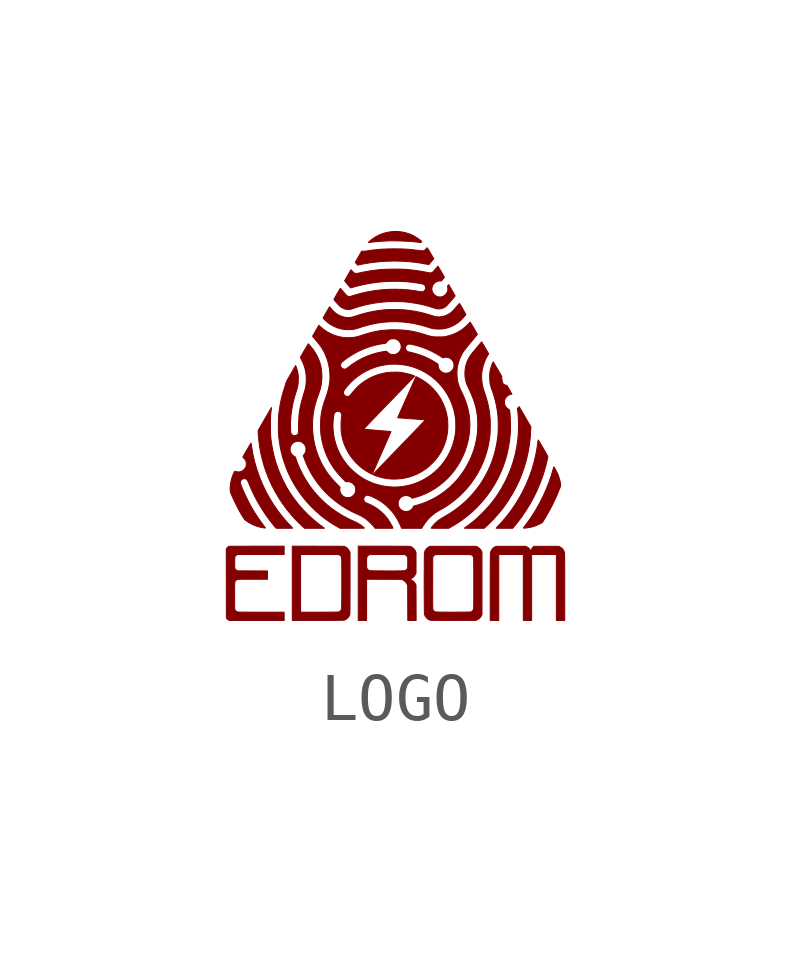
<source format=kicad_sym>
(kicad_symbol_lib
  (version 20210619)
  (generator bitmap2component)
  (symbol "LOGO"
    (pin_names
      (offset 1.016))
    (property "Reference" "#G"
      (at 0 4.363 0)
      (effects (font (size 1.27 1.27)) hide))
    (symbol "LOGO_0_0"
      (polyline (pts (xy -2.328 -3.648) (xy -2.878 -3.648) (xy -2.946 -3.648) (xy -3.006 -3.648) (xy -3.058 -3.648) (xy -3.104 -3.647) (xy -3.144 -3.647) (xy -3.178 -3.647) (xy -3.207 -3.647) (xy -3.232 -3.646) (xy -3.251 -3.646) (xy -3.267 -3.645) (xy -3.28 -3.645) (xy -3.29 -3.644) (xy -3.297 -3.643) (xy -3.302 -3.642) (xy -3.306 -3.641) (xy -3.322 -3.634) (xy -3.339 -3.62) (xy -3.352 -3.599) (xy -3.352 -3.599) (xy -3.354 -3.595) (xy -3.355 -3.591) (xy -3.356 -3.584) (xy -3.357 -3.576) (xy -3.358 -3.566) (xy -3.359 -3.552) (xy -3.359 -3.534) (xy -3.36 -3.511) (xy -3.36 -3.483) (xy -3.36 -3.449) (xy -3.36 -3.409) (xy -3.36 -3.361) (xy -3.36 -3.204) (xy -3.36 -3.162) (xy -3.36 -3.128) (xy -3.359 -3.099) (xy -3.359 -3.076) (xy -3.358 -3.057) (xy -3.358 -3.043) (xy -3.357 -3.032) (xy -3.356 -3.024) (xy -3.355 -3.018) (xy -3.354 -3.014) (xy -3.349 -3.005) (xy -3.334 -2.985) (xy -3.313 -2.97) (xy -3.312 -2.97) (xy -3.309 -2.969) (xy -3.305 -2.967) (xy -3.3 -2.966) (xy -3.292 -2.965) (xy -3.283 -2.965) (xy -3.27 -2.964) (xy -3.254 -2.963) (xy -3.233 -2.963) (xy -3.208 -2.963) (xy -3.176 -2.962) (xy -3.139 -2.962) (xy -3.096 -2.962) (xy -2.675 -2.962) (xy -2.675 -2.789) (xy -3.299 -2.787) (xy -3.317 -2.777) (xy -3.321 -2.774) (xy -3.335 -2.763) (xy -3.346 -2.75) (xy -3.358 -2.732) (xy -3.358 -2.502) (xy -3.345 -2.483) (xy -3.344 -2.482) (xy -3.33 -2.467) (xy -3.314 -2.455) (xy -3.295 -2.446) (xy -2.328 -2.446) (xy -2.328 -2.272) (xy -2.905 -2.273) (xy -3.482 -2.275) (xy -3.498 -2.288) (xy -3.502 -2.291) (xy -3.515 -2.304) (xy -3.524 -2.317) (xy -3.534 -2.334) (xy -3.533 -3.052) (xy -3.532 -3.77) (xy -3.519 -3.786) (xy -3.515 -3.79) (xy -3.502 -3.802) (xy -3.487 -3.812) (xy -3.468 -3.821) (xy -2.328 -3.821) (xy -2.328 -3.648)) (stroke (width 0.01)) (fill (type outline)))
      (polyline (pts (xy -1.622 -3.82) (xy -1.568 -3.82) (xy -1.491 -3.82) (xy -1.422 -3.82) (xy -1.36 -3.82) (xy -1.306 -3.819) (xy -1.258 -3.819) (xy -1.217 -3.819) (xy -1.182 -3.818) (xy -1.152 -3.818) (xy -1.127 -3.817) (xy -1.108 -3.817) (xy -1.092 -3.816) (xy -1.081 -3.815) (xy -1.074 -3.815) (xy -1.07 -3.814) (xy -1.07 -3.814) (xy -1.058 -3.808) (xy -1.043 -3.8) (xy -1.028 -3.791) (xy -1.008 -3.775) (xy -0.988 -3.752) (xy -0.971 -3.727) (xy -0.96 -3.702) (xy -0.96 -3.701) (xy -0.959 -3.696) (xy -0.958 -3.688) (xy -0.958 -3.677) (xy -0.957 -3.662) (xy -0.957 -3.642) (xy -0.956 -3.618) (xy -0.956 -3.588) (xy -0.955 -3.554) (xy -0.955 -3.513) (xy -0.955 -3.467) (xy -0.955 -3.414) (xy -0.955 -3.355) (xy -0.955 -3.288) (xy -0.954 -3.214) (xy -0.954 -3.132) (xy -0.954 -3.043) (xy -0.954 -2.401) (xy -0.969 -2.373) (xy -0.975 -2.361) (xy -0.996 -2.332) (xy -1.022 -2.306) (xy -1.052 -2.287) (xy -1.077 -2.275) (xy -2.158 -2.272) (xy -2.158 -3.648) (xy -1.985 -3.648) (xy -1.985 -2.446) (xy -1.447 -2.446) (xy -1.398 -2.446) (xy -1.355 -2.446) (xy -1.319 -2.446) (xy -1.288 -2.446) (xy -1.262 -2.447) (xy -1.241 -2.447) (xy -1.224 -2.448) (xy -1.211 -2.448) (xy -1.201 -2.449) (xy -1.193 -2.45) (xy -1.187 -2.451) (xy -1.183 -2.452) (xy -1.18 -2.453) (xy -1.177 -2.454) (xy -1.169 -2.459) (xy -1.152 -2.473) (xy -1.138 -2.491) (xy -1.13 -2.51) (xy -1.129 -2.514) (xy -1.129 -2.526) (xy -1.128 -2.547) (xy -1.128 -2.573) (xy -1.127 -2.606) (xy -1.127 -2.644) (xy -1.127 -2.688) (xy -1.126 -2.735) (xy -1.126 -2.786) (xy -1.126 -2.839) (xy -1.126 -2.895) (xy -1.126 -2.953) (xy -1.126 -3.071) (xy -1.126 -3.13) (xy -1.126 -3.188) (xy -1.126 -3.244) (xy -1.126 -3.298) (xy -1.127 -3.35) (xy -1.127 -3.398) (xy -1.127 -3.442) (xy -1.128 -3.482) (xy -1.128 -3.516) (xy -1.129 -3.544) (xy -1.129 -3.566) (xy -1.13 -3.58) (xy -1.131 -3.587) (xy -1.131 -3.587) (xy -1.139 -3.604) (xy -1.153 -3.621) (xy -1.17 -3.635) (xy -1.187 -3.643) (xy -1.189 -3.643) (xy -1.197 -3.644) (xy -1.212 -3.645) (xy -1.234 -3.646) (xy -1.263 -3.646) (xy -1.299 -3.647) (xy -1.343 -3.647) (xy -1.394 -3.647) (xy -1.452 -3.648) (xy -1.519 -3.648) (xy -1.594 -3.648) (xy -1.985 -3.648) (xy -2.158 -3.648) (xy -2.158 -3.821) (xy -1.622 -3.82)) (stroke (width 0.01)) (fill (type outline)))
      (polyline (pts (xy -0.609 -2.962) (xy 0.121 -2.964) (xy 0.149 -2.978) (xy 0.159 -2.983) (xy 0.189 -3.005) (xy 0.215 -3.032) (xy 0.234 -3.064) (xy 0.247 -3.091) (xy 0.25 -3.821) (xy 0.423 -3.821) (xy 0.422 -3.454) (xy 0.421 -3.087) (xy 0.41 -3.063) (xy 0.405 -3.054) (xy 0.385 -3.025) (xy 0.36 -3) (xy 0.332 -2.98) (xy 0.302 -2.967) (xy 0.279 -2.96) (xy 0.301 -2.954) (xy 0.304 -2.953) (xy 0.326 -2.944) (xy 0.348 -2.931) (xy 0.369 -2.915) (xy 0.385 -2.899) (xy 0.391 -2.89) (xy 0.401 -2.874) (xy 0.409 -2.858) (xy 0.421 -2.833) (xy 0.421 -2.402) (xy 0.407 -2.373) (xy 0.4 -2.359) (xy 0.379 -2.33) (xy 0.353 -2.305) (xy 0.324 -2.287) (xy 0.298 -2.275) (xy -0.242 -2.273) (xy -0.783 -2.272) (xy -0.783 -2.611) (xy -0.609 -2.611) (xy -0.609 -2.583) (xy -0.609 -2.557) (xy -0.608 -2.535) (xy -0.606 -2.518) (xy -0.605 -2.508) (xy -0.598 -2.492) (xy -0.585 -2.476) (xy -0.571 -2.461) (xy -0.556 -2.452) (xy -0.554 -2.451) (xy -0.548 -2.45) (xy -0.54 -2.449) (xy -0.528 -2.449) (xy -0.512 -2.448) (xy -0.491 -2.447) (xy -0.466 -2.447) (xy -0.435 -2.447) (xy -0.398 -2.446) (xy -0.355 -2.446) (xy -0.304 -2.446) (xy -0.246 -2.446) (xy -0.169 -2.446) (xy -0.109 -2.446) (xy -0.052 -2.446) (xy -0.001 -2.446) (xy 0.046 -2.447) (xy 0.087 -2.447) (xy 0.122 -2.448) (xy 0.15 -2.448) (xy 0.172 -2.449) (xy 0.186 -2.449) (xy 0.192 -2.45) (xy 0.202 -2.455) (xy 0.218 -2.468) (xy 0.232 -2.483) (xy 0.242 -2.499) (xy 0.242 -2.501) (xy 0.245 -2.507) (xy 0.246 -2.515) (xy 0.248 -2.526) (xy 0.249 -2.54) (xy 0.249 -2.559) (xy 0.249 -2.585) (xy 0.249 -2.629) (xy 0.249 -2.659) (xy 0.249 -2.683) (xy 0.248 -2.7) (xy 0.247 -2.713) (xy 0.246 -2.723) (xy 0.244 -2.73) (xy 0.242 -2.736) (xy 0.239 -2.741) (xy 0.224 -2.76) (xy 0.204 -2.776) (xy 0.181 -2.784) (xy 0.179 -2.785) (xy 0.168 -2.786) (xy 0.149 -2.786) (xy 0.124 -2.787) (xy 0.093 -2.788) (xy 0.057 -2.788) (xy 0.017 -2.788) (xy -0.027 -2.789) (xy -0.073 -2.789) (xy -0.169 -2.789) (xy -0.218 -2.789) (xy -0.267 -2.788) (xy -0.314 -2.788) (xy -0.359 -2.788) (xy -0.401 -2.787) (xy -0.44 -2.787) (xy -0.473 -2.786) (xy -0.502 -2.785) (xy -0.524 -2.784) (xy -0.54 -2.784) (xy -0.548 -2.783) (xy -0.56 -2.778) (xy -0.58 -2.765) (xy -0.595 -2.747) (xy -0.605 -2.727) (xy -0.606 -2.723) (xy -0.607 -2.709) (xy -0.608 -2.69) (xy -0.609 -2.666) (xy -0.609 -2.639) (xy -0.609 -2.611) (xy -0.783 -2.611) (xy -0.783 -3.821) (xy -0.609 -3.821) (xy -0.609 -2.962)) (stroke (width 0.01)) (fill (type outline)))
      (polyline (pts (xy 1.204 -3.82) (xy 1.67 -3.819) (xy 1.702 -3.803) (xy 1.705 -3.802) (xy 1.738 -3.781) (xy 1.764 -3.754) (xy 1.785 -3.721) (xy 1.796 -3.696) (xy 1.796 -2.397) (xy 1.784 -2.372) (xy 1.77 -2.35) (xy 1.749 -2.325) (xy 1.725 -2.303) (xy 1.699 -2.287) (xy 1.674 -2.275) (xy 0.717 -2.275) (xy 0.694 -2.286) (xy 0.681 -2.293) (xy 0.651 -2.314) (xy 0.627 -2.342) (xy 0.608 -2.373) (xy 0.597 -2.407) (xy 0.597 -2.413) (xy 0.596 -2.428) (xy 0.595 -2.45) (xy 0.595 -2.479) (xy 0.594 -2.513) (xy 0.594 -2.554) (xy 0.594 -2.599) (xy 0.593 -2.649) (xy 0.593 -2.703) (xy 0.593 -2.76) (xy 0.593 -2.82) (xy 0.592 -2.881) (xy 0.592 -2.945) (xy 0.592 -3.049) (xy 0.768 -3.049) (xy 0.768 -2.982) (xy 0.768 -2.917) (xy 0.768 -2.856) (xy 0.768 -2.797) (xy 0.769 -2.743) (xy 0.769 -2.692) (xy 0.769 -2.647) (xy 0.769 -2.607) (xy 0.77 -2.572) (xy 0.77 -2.544) (xy 0.77 -2.523) (xy 0.771 -2.51) (xy 0.771 -2.504) (xy 0.773 -2.5) (xy 0.781 -2.486) (xy 0.793 -2.472) (xy 0.807 -2.46) (xy 0.82 -2.452) (xy 0.82 -2.451) (xy 0.828 -2.45) (xy 0.844 -2.45) (xy 0.866 -2.449) (xy 0.894 -2.448) (xy 0.928 -2.447) (xy 0.966 -2.447) (xy 1.008 -2.446) (xy 1.053 -2.446) (xy 1.101 -2.446) (xy 1.149 -2.445) (xy 1.248 -2.445) (xy 1.297 -2.446) (xy 1.344 -2.446) (xy 1.389 -2.446) (xy 1.43 -2.447) (xy 1.468 -2.447) (xy 1.501 -2.448) (xy 1.528 -2.449) (xy 1.55 -2.45) (xy 1.564 -2.451) (xy 1.571 -2.452) (xy 1.575 -2.454) (xy 1.588 -2.463) (xy 1.602 -2.476) (xy 1.614 -2.491) (xy 1.621 -2.504) (xy 1.622 -2.509) (xy 1.622 -2.523) (xy 1.623 -2.545) (xy 1.623 -2.574) (xy 1.623 -2.61) (xy 1.624 -2.654) (xy 1.624 -2.704) (xy 1.625 -2.761) (xy 1.625 -2.824) (xy 1.625 -2.893) (xy 1.625 -2.968) (xy 1.625 -3.166) (xy 1.625 -3.234) (xy 1.625 -3.295) (xy 1.625 -3.349) (xy 1.625 -3.396) (xy 1.624 -3.437) (xy 1.624 -3.473) (xy 1.624 -3.503) (xy 1.623 -3.527) (xy 1.623 -3.548) (xy 1.622 -3.564) (xy 1.622 -3.576) (xy 1.621 -3.585) (xy 1.62 -3.591) (xy 1.619 -3.594) (xy 1.61 -3.608) (xy 1.596 -3.623) (xy 1.579 -3.636) (xy 1.563 -3.643) (xy 1.563 -3.643) (xy 1.555 -3.644) (xy 1.539 -3.645) (xy 1.515 -3.646) (xy 1.482 -3.646) (xy 1.441 -3.647) (xy 1.392 -3.647) (xy 1.334 -3.647) (xy 1.268 -3.648) (xy 1.193 -3.648) (xy 1.145 -3.648) (xy 1.087 -3.648) (xy 1.035 -3.647) (xy 0.991 -3.647) (xy 0.953 -3.647) (xy 0.92 -3.647) (xy 0.894 -3.646) (xy 0.872 -3.645) (xy 0.854 -3.644) (xy 0.839 -3.643) (xy 0.828 -3.642) (xy 0.819 -3.64) (xy 0.813 -3.637) (xy 0.807 -3.635) (xy 0.803 -3.631) (xy 0.799 -3.628) (xy 0.795 -3.624) (xy 0.794 -3.623) (xy 0.79 -3.62) (xy 0.786 -3.617) (xy 0.783 -3.614) (xy 0.781 -3.611) (xy 0.778 -3.606) (xy 0.776 -3.601) (xy 0.775 -3.593) (xy 0.773 -3.584) (xy 0.772 -3.571) (xy 0.771 -3.556) (xy 0.77 -3.537) (xy 0.769 -3.514) (xy 0.769 -3.486) (xy 0.768 -3.453) (xy 0.768 -3.416) (xy 0.768 -3.372) (xy 0.768 -3.322) (xy 0.768 -3.049) (xy 0.592 -3.049) (xy 0.592 -3.138) (xy 0.592 -3.201) (xy 0.592 -3.263) (xy 0.593 -3.323) (xy 0.593 -3.38) (xy 0.593 -3.435) (xy 0.593 -3.485) (xy 0.594 -3.531) (xy 0.594 -3.572) (xy 0.595 -3.608) (xy 0.595 -3.638) (xy 0.596 -3.661) (xy 0.596 -3.676) (xy 0.597 -3.684) (xy 0.6 -3.698) (xy 0.613 -3.731) (xy 0.633 -3.76) (xy 0.659 -3.785) (xy 0.689 -3.805) (xy 0.723 -3.817) (xy 0.728 -3.817) (xy 0.742 -3.818) (xy 0.764 -3.818) (xy 0.792 -3.819) (xy 0.827 -3.819) (xy 0.867 -3.819) (xy 0.913 -3.82) (xy 0.964 -3.82) (xy 1.019 -3.82) (xy 1.077 -3.82) (xy 1.139 -3.82) (xy 1.204 -3.82)) (stroke (width 0.01)) (fill (type outline)))
      (polyline (pts (xy 2.146 -2.446) (xy 2.658 -2.446) (xy 2.658 -3.821) (xy 2.831 -3.821) (xy 2.831 -2.446) (xy 3.347 -2.446) (xy 3.347 -3.821) (xy 3.521 -3.821) (xy 3.521 -3.034) (xy 3.521 -2.94) (xy 3.521 -2.853) (xy 3.521 -2.773) (xy 3.52 -2.702) (xy 3.52 -2.638) (xy 3.52 -2.581) (xy 3.519 -2.533) (xy 3.519 -2.492) (xy 3.518 -2.46) (xy 3.518 -2.435) (xy 3.517 -2.419) (xy 3.517 -2.412) (xy 3.515 -2.404) (xy 3.502 -2.369) (xy 3.483 -2.338) (xy 3.456 -2.311) (xy 3.423 -2.289) (xy 3.396 -2.275) (xy 2.884 -2.275) (xy 2.87 -2.284) (xy 2.868 -2.286) (xy 2.856 -2.297) (xy 2.845 -2.309) (xy 2.841 -2.314) (xy 2.837 -2.322) (xy 2.834 -2.332) (xy 2.832 -2.346) (xy 2.831 -2.365) (xy 2.829 -2.406) (xy 2.823 -2.389) (xy 2.81 -2.361) (xy 2.789 -2.331) (xy 2.762 -2.306) (xy 2.73 -2.286) (xy 2.706 -2.275) (xy 2.093 -2.275) (xy 2.067 -2.287) (xy 2.049 -2.297) (xy 2.021 -2.321) (xy 1.998 -2.349) (xy 1.981 -2.382) (xy 1.972 -2.417) (xy 1.972 -2.418) (xy 1.971 -2.428) (xy 1.971 -2.446) (xy 1.97 -2.471) (xy 1.97 -2.503) (xy 1.97 -2.542) (xy 1.969 -2.588) (xy 1.969 -2.639) (xy 1.969 -2.696) (xy 1.968 -2.759) (xy 1.968 -2.825) (xy 1.968 -2.897) (xy 1.968 -2.972) (xy 1.968 -3.051) (xy 1.968 -3.133) (xy 1.968 -3.821) (xy 2.146 -3.821) (xy 2.146 -2.446)) (stroke (width 0.01)) (fill (type outline)))
      (polyline (pts (xy -2.27 -1.9) (xy -2.237 -1.9) (xy -2.208 -1.899) (xy -2.184 -1.899) (xy -2.166 -1.899) (xy -2.154 -1.898) (xy -2.15 -1.897) (xy -2.151 -1.895) (xy -2.157 -1.888) (xy -2.168 -1.877) (xy -2.182 -1.862) (xy -2.197 -1.845) (xy -2.26 -1.779) (xy -2.361 -1.662) (xy -2.455 -1.54) (xy -2.543 -1.413) (xy -2.626 -1.28) (xy -2.701 -1.144) (xy -2.769 -1.004) (xy -2.83 -0.86) (xy -2.849 -0.809) (xy -2.901 -0.659) (xy -2.944 -0.508) (xy -2.979 -0.353) (xy -3.007 -0.195) (xy -3.009 -0.178) (xy -3.013 -0.157) (xy -3.015 -0.14) (xy -3.018 -0.129) (xy -3.019 -0.124) (xy -3.019 -0.124) (xy -3.023 -0.13) (xy -3.03 -0.142) (xy -3.041 -0.159) (xy -3.054 -0.181) (xy -3.07 -0.208) (xy -3.087 -0.237) (xy -3.106 -0.269) (xy -3.19 -0.416) (xy -3.167 -0.437) (xy -3.15 -0.455) (xy -3.131 -0.486) (xy -3.13 -0.488) (xy -3.124 -0.501) (xy -3.12 -0.512) (xy -3.118 -0.523) (xy -3.117 -0.538) (xy -3.117 -0.559) (xy -3.117 -0.577) (xy -3.118 -0.593) (xy -3.12 -0.605) (xy -3.123 -0.615) (xy -3.129 -0.627) (xy -3.137 -0.642) (xy -3.16 -0.672) (xy -3.188 -0.696) (xy -3.221 -0.714) (xy -3.257 -0.724) (xy -3.26 -0.724) (xy -3.274 -0.726) (xy -3.288 -0.725) (xy -3.304 -0.723) (xy -3.324 -0.719) (xy -3.351 -0.712) (xy -3.354 -0.712) (xy -3.359 -0.713) (xy -3.363 -0.719) (xy -3.369 -0.729) (xy -3.377 -0.746) (xy -3.397 -0.792) (xy -3.417 -0.853) (xy -3.434 -0.917) (xy -3.446 -0.981) (xy -3.452 -1.043) (xy -3.453 -1.101) (xy -3.452 -1.107) (xy -3.451 -1.12) (xy -3.45 -1.131) (xy -3.447 -1.142) (xy -3.444 -1.154) (xy -3.438 -1.17) (xy -3.429 -1.19) (xy -3.418 -1.217) (xy -3.409 -1.238) (xy -3.387 -1.285) (xy -3.365 -1.333) (xy -3.341 -1.382) (xy -3.317 -1.43) (xy -3.293 -1.477) (xy -3.269 -1.522) (xy -3.246 -1.565) (xy -3.224 -1.604) (xy -3.203 -1.639) (xy -3.184 -1.669) (xy -3.168 -1.694) (xy -3.154 -1.713) (xy -3.143 -1.724) (xy -3.104 -1.754) (xy -3.059 -1.783) (xy -3.008 -1.811) (xy -2.955 -1.835) (xy -2.901 -1.856) (xy -2.847 -1.872) (xy -2.835 -1.875) (xy -2.815 -1.88) (xy -2.793 -1.884) (xy -2.771 -1.888) (xy -2.751 -1.891) (xy -2.735 -1.893) (xy -2.723 -1.894) (xy -2.718 -1.894) (xy -2.718 -1.893) (xy -2.723 -1.885) (xy -2.731 -1.873) (xy -2.743 -1.858) (xy -2.756 -1.84) (xy -2.76 -1.834) (xy -2.824 -1.748) (xy -2.887 -1.655) (xy -2.948 -1.561) (xy -3.005 -1.466) (xy -3.011 -1.454) (xy -3.04 -1.403) (xy -3.069 -1.346) (xy -3.099 -1.287) (xy -3.129 -1.226) (xy -3.157 -1.165) (xy -3.183 -1.107) (xy -3.206 -1.052) (xy -3.226 -1.003) (xy -3.228 -0.997) (xy -3.235 -0.977) (xy -3.239 -0.962) (xy -3.241 -0.95) (xy -3.241 -0.939) (xy -3.236 -0.918) (xy -3.224 -0.897) (xy -3.207 -0.881) (xy -3.186 -0.87) (xy -3.162 -0.865) (xy -3.138 -0.868) (xy -3.124 -0.872) (xy -3.113 -0.878) (xy -3.103 -0.887) (xy -3.093 -0.9) (xy -3.084 -0.918) (xy -3.073 -0.941) (xy -3.06 -0.971) (xy -3.011 -1.089) (xy -2.951 -1.215) (xy -2.887 -1.337) (xy -2.817 -1.456) (xy -2.741 -1.575) (xy -2.719 -1.608) (xy -2.688 -1.652) (xy -2.655 -1.697) (xy -2.622 -1.742) (xy -2.589 -1.784) (xy -2.558 -1.823) (xy -2.53 -1.858) (xy -2.505 -1.886) (xy -2.492 -1.9) (xy -2.306 -1.9) (xy -2.27 -1.9)) (stroke (width 0.01)) (fill (type outline)))
      (polyline (pts (xy -1.694 -1.9) (xy -1.488 -1.9) (xy -1.5 -1.889) (xy -1.503 -1.887) (xy -1.514 -1.879) (xy -1.528 -1.868) (xy -1.546 -1.855) (xy -1.566 -1.84) (xy -1.615 -1.803) (xy -1.726 -1.712) (xy -1.832 -1.615) (xy -1.933 -1.511) (xy -2.027 -1.403) (xy -2.115 -1.29) (xy -2.197 -1.174) (xy -2.271 -1.054) (xy -2.337 -0.93) (xy -2.397 -0.801) (xy -2.451 -0.669) (xy -2.498 -0.533) (xy -2.537 -0.396) (xy -2.568 -0.258) (xy -2.592 -0.12) (xy -2.592 -0.12) (xy -2.597 -0.081) (xy -2.601 -0.047) (xy -2.605 -0.015) (xy -2.607 0.015) (xy -2.61 0.045) (xy -2.611 0.077) (xy -2.612 0.111) (xy -2.613 0.15) (xy -2.613 0.194) (xy -2.613 0.245) (xy -2.613 0.28) (xy -2.613 0.332) (xy -2.612 0.378) (xy -2.611 0.418) (xy -2.609 0.455) (xy -2.606 0.489) (xy -2.603 0.521) (xy -2.599 0.554) (xy -2.594 0.588) (xy -2.592 0.601) (xy -2.591 0.612) (xy -2.591 0.617) (xy -2.592 0.616) (xy -2.596 0.61) (xy -2.603 0.597) (xy -2.615 0.579) (xy -2.629 0.555) (xy -2.645 0.527) (xy -2.664 0.494) (xy -2.685 0.458) (xy -2.708 0.419) (xy -2.732 0.378) (xy -2.87 0.138) (xy -2.868 0.081) (xy -2.866 0.047) (xy -2.854 -0.082) (xy -2.836 -0.213) (xy -2.811 -0.345) (xy -2.78 -0.476) (xy -2.744 -0.604) (xy -2.702 -0.728) (xy -2.652 -0.856) (xy -2.589 -0.997) (xy -2.517 -1.134) (xy -2.439 -1.268) (xy -2.353 -1.397) (xy -2.26 -1.522) (xy -2.159 -1.643) (xy -2.148 -1.656) (xy -2.124 -1.682) (xy -2.097 -1.71) (xy -2.068 -1.74) (xy -2.038 -1.771) (xy -2.008 -1.8) (xy -1.98 -1.827) (xy -1.956 -1.851) (xy -1.935 -1.869) (xy -1.9 -1.9) (xy -1.694 -1.9)) (stroke (width 0.01)) (fill (type outline)))
      (polyline (pts (xy -0.218 -1.9) (xy -0.181 -1.9) (xy -0.147 -1.9) (xy -0.118 -1.899) (xy -0.093 -1.899) (xy -0.075 -1.898) (xy -0.063 -1.897) (xy -0.059 -1.897) (xy -0.059 -1.897) (xy -0.062 -1.891) (xy -0.067 -1.879) (xy -0.074 -1.863) (xy -0.084 -1.845) (xy -0.126 -1.769) (xy -0.176 -1.695) (xy -0.232 -1.627) (xy -0.294 -1.565) (xy -0.361 -1.509) (xy -0.433 -1.46) (xy -0.509 -1.417) (xy -0.589 -1.382) (xy -0.601 -1.377) (xy -0.619 -1.369) (xy -0.633 -1.363) (xy -0.641 -1.358) (xy -0.648 -1.352) (xy -0.66 -1.333) (xy -0.667 -1.311) (xy -0.669 -1.288) (xy -0.664 -1.265) (xy -0.653 -1.245) (xy -0.64 -1.231) (xy -0.62 -1.218) (xy -0.596 -1.212) (xy -0.594 -1.212) (xy -0.584 -1.211) (xy -0.572 -1.213) (xy -0.556 -1.218) (xy -0.535 -1.225) (xy -0.53 -1.227) (xy -0.469 -1.252) (xy -0.407 -1.284) (xy -0.346 -1.319) (xy -0.287 -1.357) (xy -0.234 -1.397) (xy -0.213 -1.415) (xy -0.188 -1.438) (xy -0.161 -1.464) (xy -0.134 -1.492) (xy -0.107 -1.519) (xy -0.084 -1.544) (xy -0.066 -1.566) (xy -0.061 -1.572) (xy -0.029 -1.616) (xy 0.003 -1.664) (xy 0.034 -1.715) (xy 0.062 -1.767) (xy 0.086 -1.817) (xy 0.106 -1.863) (xy 0.12 -1.9) (xy 0.541 -1.9) (xy 0.563 -1.86) (xy 0.572 -1.845) (xy 0.612 -1.785) (xy 0.659 -1.726) (xy 0.711 -1.671) (xy 0.768 -1.62) (xy 0.828 -1.575) (xy 0.89 -1.536) (xy 0.911 -1.525) (xy 0.958 -1.498) (xy 1.003 -1.471) (xy 1.045 -1.445) (xy 1.083 -1.421) (xy 1.114 -1.399) (xy 1.206 -1.331) (xy 1.307 -1.247) (xy 1.4 -1.157) (xy 1.488 -1.062) (xy 1.568 -0.962) (xy 1.642 -0.857) (xy 1.71 -0.746) (xy 1.771 -0.63) (xy 1.815 -0.532) (xy 1.858 -0.422) (xy 1.894 -0.31) (xy 1.923 -0.196) (xy 1.946 -0.077) (xy 1.962 0.047) (xy 1.963 0.058) (xy 1.966 0.091) (xy 1.967 0.129) (xy 1.968 0.172) (xy 1.969 0.217) (xy 1.969 0.262) (xy 1.969 0.306) (xy 1.968 0.347) (xy 1.966 0.383) (xy 1.964 0.413) (xy 1.962 0.437) (xy 1.954 0.503) (xy 1.945 0.566) (xy 1.934 0.626) (xy 1.921 0.687) (xy 1.905 0.749) (xy 1.887 0.814) (xy 1.865 0.883) (xy 1.839 0.959) (xy 1.824 1.005) (xy 1.804 1.089) (xy 1.792 1.172) (xy 1.788 1.255) (xy 1.792 1.338) (xy 1.805 1.422) (xy 1.816 1.467) (xy 1.835 1.53) (xy 1.858 1.592) (xy 1.885 1.651) (xy 1.915 1.704) (xy 1.918 1.709) (xy 1.926 1.722) (xy 1.932 1.732) (xy 1.934 1.737) (xy 1.934 1.737) (xy 1.932 1.742) (xy 1.926 1.753) (xy 1.917 1.769) (xy 1.905 1.79) (xy 1.892 1.813) (xy 1.878 1.838) (xy 1.862 1.864) (xy 1.847 1.89) (xy 1.833 1.914) (xy 1.819 1.937) (xy 1.808 1.956) (xy 1.799 1.972) (xy 1.792 1.981) (xy 1.79 1.985) (xy 1.786 1.981) (xy 1.777 1.972) (xy 1.765 1.958) (xy 1.749 1.94) (xy 1.731 1.919) (xy 1.711 1.895) (xy 1.69 1.869) (xy 1.668 1.843) (xy 1.646 1.816) (xy 1.625 1.791) (xy 1.605 1.767) (xy 1.588 1.745) (xy 1.573 1.727) (xy 1.562 1.712) (xy 1.556 1.703) (xy 1.554 1.701) (xy 1.523 1.649) (xy 1.497 1.599) (xy 1.477 1.548) (xy 1.46 1.492) (xy 1.457 1.481) (xy 1.445 1.41) (xy 1.44 1.338) (xy 1.442 1.266) (xy 1.453 1.196) (xy 1.471 1.127) (xy 1.473 1.12) (xy 1.48 1.103) (xy 1.49 1.081) (xy 1.501 1.055) (xy 1.514 1.027) (xy 1.528 0.999) (xy 1.535 0.982) (xy 1.577 0.891) (xy 1.611 0.804) (xy 1.641 0.72) (xy 1.664 0.638) (xy 1.682 0.556) (xy 1.696 0.474) (xy 1.704 0.391) (xy 1.708 0.304) (xy 1.708 0.189) (xy 1.699 0.07) (xy 1.682 -0.047) (xy 1.656 -0.163) (xy 1.623 -0.277) (xy 1.581 -0.391) (xy 1.548 -0.468) (xy 1.493 -0.576) (xy 1.432 -0.679) (xy 1.365 -0.777) (xy 1.292 -0.871) (xy 1.212 -0.959) (xy 1.127 -1.041) (xy 1.037 -1.117) (xy 0.942 -1.186) (xy 0.843 -1.249) (xy 0.739 -1.305) (xy 0.631 -1.354) (xy 0.623 -1.357) (xy 0.594 -1.368) (xy 0.561 -1.38) (xy 0.526 -1.392) (xy 0.491 -1.404) (xy 0.458 -1.414) (xy 0.429 -1.422) (xy 0.406 -1.428) (xy 0.374 -1.436) (xy 0.36 -1.463) (xy 0.344 -1.488) (xy 0.32 -1.513) (xy 0.292 -1.532) (xy 0.262 -1.544) (xy 0.23 -1.55) (xy 0.198 -1.55) (xy 0.166 -1.544) (xy 0.136 -1.531) (xy 0.108 -1.512) (xy 0.084 -1.488) (xy 0.065 -1.457) (xy 0.057 -1.442) (xy 0.052 -1.429) (xy 0.05 -1.417) (xy 0.049 -1.403) (xy 0.049 -1.384) (xy 0.049 -1.365) (xy 0.05 -1.351) (xy 0.052 -1.339) (xy 0.057 -1.327) (xy 0.065 -1.311) (xy 0.07 -1.301) (xy 0.091 -1.271) (xy 0.118 -1.246) (xy 0.151 -1.229) (xy 0.188 -1.218) (xy 0.202 -1.217) (xy 0.234 -1.218) (xy 0.267 -1.226) (xy 0.298 -1.239) (xy 0.325 -1.258) (xy 0.341 -1.274) (xy 0.389 -1.261) (xy 0.415 -1.254) (xy 0.518 -1.22) (xy 0.619 -1.179) (xy 0.717 -1.13) (xy 0.812 -1.074) (xy 0.903 -1.01) (xy 0.99 -0.941) (xy 1.072 -0.865) (xy 1.149 -0.783) (xy 1.22 -0.695) (xy 1.229 -0.683) (xy 1.293 -0.59) (xy 1.35 -0.493) (xy 1.4 -0.391) (xy 1.444 -0.286) (xy 1.479 -0.179) (xy 1.508 -0.07) (xy 1.527 0.04) (xy 1.538 0.134) (xy 1.544 0.239) (xy 1.542 0.342) (xy 1.532 0.443) (xy 1.515 0.543) (xy 1.49 0.643) (xy 1.457 0.745) (xy 1.448 0.769) (xy 1.435 0.8) (xy 1.421 0.833) (xy 1.407 0.867) (xy 1.393 0.898) (xy 1.38 0.925) (xy 1.369 0.946) (xy 1.364 0.955) (xy 1.341 1.004) (xy 1.32 1.057) (xy 1.302 1.113) (xy 1.288 1.17) (xy 1.287 1.177) (xy 1.281 1.216) (xy 1.277 1.26) (xy 1.274 1.307) (xy 1.274 1.353) (xy 1.276 1.397) (xy 1.28 1.436) (xy 1.29 1.496) (xy 1.309 1.568) (xy 1.334 1.638) (xy 1.367 1.709) (xy 1.376 1.726) (xy 1.386 1.745) (xy 1.397 1.764) (xy 1.409 1.782) (xy 1.423 1.802) (xy 1.439 1.824) (xy 1.458 1.848) (xy 1.48 1.876) (xy 1.506 1.908) (xy 1.537 1.945) (xy 1.572 1.987) (xy 1.596 2.015) (xy 1.62 2.044) (xy 1.642 2.071) (xy 1.661 2.094) (xy 1.677 2.113) (xy 1.69 2.128) (xy 1.697 2.137) (xy 1.7 2.141) (xy 1.7 2.141) (xy 1.697 2.148) (xy 1.69 2.16) (xy 1.681 2.177) (xy 1.655 2.222) (xy 1.641 2.248) (xy 1.625 2.275) (xy 1.61 2.301) (xy 1.595 2.326) (xy 1.581 2.349) (xy 1.569 2.369) (xy 1.56 2.384) (xy 1.554 2.394) (xy 1.551 2.398) (xy 1.549 2.397) (xy 1.542 2.392) (xy 1.533 2.382) (xy 1.521 2.369) (xy 1.501 2.347) (xy 1.47 2.317) (xy 1.435 2.286) (xy 1.398 2.256) (xy 1.361 2.229) (xy 1.294 2.189) (xy 1.217 2.152) (xy 1.136 2.123) (xy 1.052 2.1) (xy 1.039 2.098) (xy 1.023 2.095) (xy 1.008 2.092) (xy 0.992 2.091) (xy 0.975 2.09) (xy 0.954 2.089) (xy 0.928 2.089) (xy 0.895 2.089) (xy 0.871 2.089) (xy 0.835 2.089) (xy 0.804 2.091) (xy 0.776 2.093) (xy 0.749 2.098) (xy 0.721 2.103) (xy 0.69 2.111) (xy 0.655 2.122) (xy 0.614 2.135) (xy 0.614 2.135) (xy 0.532 2.16) (xy 0.456 2.181) (xy 0.383 2.199) (xy 0.312 2.212) (xy 0.241 2.223) (xy 0.169 2.23) (xy 0.092 2.235) (xy 0.011 2.237) (xy -0.016 2.238) (xy -0.118 2.237) (xy -0.214 2.231) (xy -0.307 2.222) (xy -0.398 2.207) (xy -0.488 2.188) (xy -0.581 2.163) (xy -0.677 2.133) (xy -0.686 2.13) (xy -0.724 2.118) (xy -0.756 2.108) (xy -0.783 2.1) (xy -0.808 2.093) (xy -0.831 2.088) (xy -0.854 2.084) (xy -0.878 2.08) (xy -0.907 2.077) (xy -0.947 2.074) (xy -0.989 2.073) (xy -1.031 2.074) (xy -1.071 2.076) (xy -1.106 2.08) (xy -1.132 2.084) (xy -1.213 2.102) (xy -1.292 2.128) (xy -1.368 2.161) (xy -1.44 2.201) (xy -1.508 2.248) (xy -1.57 2.301) (xy -1.603 2.332) (xy -1.611 2.318) (xy -1.612 2.318) (xy -1.619 2.306) (xy -1.628 2.289) (xy -1.64 2.269) (xy -1.653 2.246) (xy -1.667 2.222) (xy -1.682 2.197) (xy -1.695 2.173) (xy -1.708 2.151) (xy -1.719 2.131) (xy -1.728 2.116) (xy -1.733 2.106) (xy -1.735 2.102) (xy -1.734 2.1) (xy -1.728 2.093) (xy -1.718 2.081) (xy -1.705 2.065) (xy -1.689 2.045) (xy -1.671 2.024) (xy -1.67 2.023) (xy -1.635 1.983) (xy -1.606 1.946) (xy -1.581 1.914) (xy -1.559 1.883) (xy -1.539 1.853) (xy -1.521 1.822) (xy -1.503 1.79) (xy -1.485 1.754) (xy -1.475 1.732) (xy -1.443 1.656) (xy -1.417 1.58) (xy -1.397 1.502) (xy -1.397 1.497) (xy -1.151 1.497) (xy -1.151 1.505) (xy -1.149 1.519) (xy -1.146 1.531) (xy -1.139 1.543) (xy -1.129 1.556) (xy -1.114 1.571) (xy -1.093 1.588) (xy -1.067 1.609) (xy -0.981 1.671) (xy -0.88 1.734) (xy -0.775 1.791) (xy -0.666 1.84) (xy -0.554 1.881) (xy -0.439 1.915) (xy -0.321 1.94) (xy -0.32 1.94) (xy -0.295 1.945) (xy -0.272 1.948) (xy -0.251 1.952) (xy -0.236 1.954) (xy -0.228 1.954) (xy -0.216 1.956) (xy -0.208 1.96) (xy -0.202 1.966) (xy -0.194 1.977) (xy -0.183 1.993) (xy -0.156 2.018) (xy -0.123 2.039) (xy -0.113 2.043) (xy -0.103 2.047) (xy -0.091 2.049) (xy -0.076 2.05) (xy -0.055 2.05) (xy -0.037 2.05) (xy -0.021 2.049) (xy -0.009 2.047) (xy 0.003 2.044) (xy 0.016 2.038) (xy 0.023 2.035) (xy 0.047 2.018) (xy 0.07 1.997) (xy 0.089 1.973) (xy 0.101 1.949) (xy 0.111 1.912) (xy 0.113 1.876) (xy 0.108 1.847) (xy 0.202 1.847) (xy 0.202 1.871) (xy 0.21 1.894) (xy 0.226 1.915) (xy 0.228 1.917) (xy 0.243 1.929) (xy 0.259 1.937) (xy 0.277 1.94) (xy 0.299 1.939) (xy 0.328 1.934) (xy 0.404 1.917) (xy 0.516 1.884) (xy 0.627 1.844) (xy 0.734 1.797) (xy 0.837 1.743) (xy 0.935 1.683) (xy 0.979 1.654) (xy 1.007 1.661) (xy 1.018 1.664) (xy 1.054 1.666) (xy 1.089 1.661) (xy 1.122 1.648) (xy 1.151 1.629) (xy 1.177 1.603) (xy 1.197 1.571) (xy 1.204 1.556) (xy 1.208 1.544) (xy 1.211 1.532) (xy 1.212 1.518) (xy 1.212 1.498) (xy 1.212 1.486) (xy 1.212 1.469) (xy 1.21 1.457) (xy 1.206 1.445) (xy 1.199 1.43) (xy 1.199 1.43) (xy 1.179 1.398) (xy 1.153 1.371) (xy 1.121 1.349) (xy 1.114 1.346) (xy 1.101 1.341) (xy 1.089 1.337) (xy 1.074 1.335) (xy 1.054 1.334) (xy 1.038 1.334) (xy 1.02 1.335) (xy 1.005 1.337) (xy 0.992 1.341) (xy 0.981 1.346) (xy 0.948 1.364) (xy 0.921 1.389) (xy 0.901 1.419) (xy 0.887 1.453) (xy 0.881 1.49) (xy 0.879 1.522) (xy 0.824 1.558) (xy 0.753 1.6) (xy 0.666 1.646) (xy 0.576 1.686) (xy 0.482 1.72) (xy 0.383 1.75) (xy 0.277 1.775) (xy 0.273 1.776) (xy 0.257 1.78) (xy 0.245 1.785) (xy 0.236 1.791) (xy 0.226 1.801) (xy 0.225 1.802) (xy 0.21 1.823) (xy 0.202 1.847) (xy 0.108 1.847) (xy 0.107 1.841) (xy 0.094 1.808) (xy 0.073 1.779) (xy 0.046 1.754) (xy 0.013 1.734) (xy 0.006 1.731) (xy -0.007 1.725) (xy -0.019 1.722) (xy -0.033 1.721) (xy -0.053 1.721) (xy -0.064 1.721) (xy -0.094 1.724) (xy -0.12 1.732) (xy -0.143 1.746) (xy -0.168 1.766) (xy -0.195 1.791) (xy -0.234 1.786) (xy -0.287 1.778) (xy -0.393 1.755) (xy -0.499 1.725) (xy -0.603 1.686) (xy -0.704 1.641) (xy -0.801 1.588) (xy -0.895 1.528) (xy -0.984 1.462) (xy -0.998 1.451) (xy -1.014 1.44) (xy -1.027 1.43) (xy -1.036 1.425) (xy -1.04 1.423) (xy -1.054 1.419) (xy -1.069 1.418) (xy -1.073 1.418) (xy -1.098 1.423) (xy -1.119 1.434) (xy -1.136 1.451) (xy -1.147 1.472) (xy -1.151 1.497) (xy -1.397 1.497) (xy -1.384 1.421) (xy -1.375 1.335) (xy -1.373 1.311) (xy -1.372 1.233) (xy -1.377 1.155) (xy -1.389 1.075) (xy -1.406 0.994) (xy -1.43 0.91) (xy -1.46 0.822) (xy -1.469 0.799) (xy -1.495 0.723) (xy -1.517 0.65) (xy -1.534 0.58) (xy -1.549 0.508) (xy -1.56 0.434) (xy -1.562 0.422) (xy -1.564 0.395) (xy -1.565 0.361) (xy -1.567 0.324) (xy -1.568 0.283) (xy -1.568 0.242) (xy -1.568 0.226) (xy -1.31 0.226) (xy -1.31 0.266) (xy -1.308 0.308) (xy -1.306 0.348) (xy -1.302 0.387) (xy -1.298 0.422) (xy -1.293 0.452) (xy -1.288 0.477) (xy -1.281 0.495) (xy -1.276 0.503) (xy -1.261 0.52) (xy -1.241 0.532) (xy -1.219 0.54) (xy -1.21 0.54) (xy -1.187 0.537) (xy -1.165 0.528) (xy -1.147 0.513) (xy -1.134 0.494) (xy -1.133 0.492) (xy -1.129 0.48) (xy -1.127 0.467) (xy -1.127 0.451) (xy -1.129 0.43) (xy -1.133 0.403) (xy -1.136 0.384) (xy -1.138 0.355) (xy -1.14 0.322) (xy -1.141 0.284) (xy -1.141 0.245) (xy -1.141 0.205) (xy -1.14 0.167) (xy -1.138 0.131) (xy -1.136 0.101) (xy -1.133 0.076) (xy -1.125 0.036) (xy -1.115 -0.01) (xy -1.104 -0.056) (xy -1.091 -0.099) (xy -1.078 -0.138) (xy -1.075 -0.147) (xy -1.062 -0.179) (xy -1.046 -0.215) (xy -1.028 -0.253) (xy -1.01 -0.289) (xy -0.992 -0.322) (xy -0.975 -0.349) (xy -0.943 -0.397) (xy -0.887 -0.469) (xy -0.826 -0.537) (xy -0.759 -0.601) (xy -0.688 -0.658) (xy -0.615 -0.708) (xy -0.612 -0.71) (xy -0.597 -0.718) (xy -0.579 -0.728) (xy -0.56 -0.739) (xy -0.54 -0.75) (xy -0.522 -0.759) (xy -0.506 -0.767) (xy -0.495 -0.772) (xy -0.49 -0.774) (xy -0.489 -0.773) (xy -0.488 -0.767) (xy -0.488 -0.766) (xy -0.485 -0.759) (xy -0.479 -0.745) (xy -0.47 -0.724) (xy -0.458 -0.697) (xy -0.444 -0.664) (xy -0.427 -0.627) (xy -0.409 -0.585) (xy -0.388 -0.538) (xy -0.366 -0.488) (xy -0.343 -0.435) (xy -0.318 -0.38) (xy -0.293 -0.322) (xy -0.278 -0.289) (xy -0.249 -0.224) (xy -0.222 -0.163) (xy -0.198 -0.108) (xy -0.176 -0.058) (xy -0.157 -0.014) (xy -0.14 0.025) (xy -0.126 0.057) (xy -0.116 0.082) (xy -0.108 0.101) (xy -0.104 0.112) (xy -0.103 0.116) (xy -0.104 0.116) (xy -0.112 0.117) (xy -0.127 0.119) (xy -0.149 0.121) (xy -0.177 0.123) (xy -0.21 0.126) (xy -0.248 0.129) (xy -0.29 0.133) (xy -0.335 0.136) (xy -0.382 0.14) (xy -0.425 0.144) (xy -0.476 0.148) (xy -0.521 0.152) (xy -0.561 0.156) (xy -0.596 0.159) (xy -0.624 0.162) (xy -0.644 0.164) (xy -0.658 0.166) (xy -0.663 0.167) (xy -0.664 0.168) (xy -0.663 0.17) (xy -0.661 0.173) (xy -0.657 0.178) (xy -0.651 0.186) (xy -0.642 0.196) (xy -0.631 0.208) (xy -0.617 0.224) (xy -0.599 0.242) (xy -0.579 0.264) (xy -0.555 0.29) (xy -0.527 0.319) (xy -0.495 0.352) (xy -0.458 0.39) (xy -0.417 0.432) (xy -0.372 0.48) (xy -0.322 0.532) (xy -0.266 0.59) (xy -0.205 0.653) (xy -0.138 0.722) (xy 0.394 1.271) (xy 0.383 1.277) (xy 0.367 1.284) (xy 0.342 1.294) (xy 0.31 1.304) (xy 0.274 1.314) (xy 0.236 1.323) (xy 0.196 1.332) (xy 0.157 1.34) (xy 0.12 1.346) (xy 0.086 1.35) (xy 0.056 1.353) (xy 0.02 1.354) (xy -0.021 1.354) (xy -0.062 1.353) (xy -0.104 1.352) (xy -0.143 1.349) (xy -0.178 1.346) (xy -0.207 1.342) (xy -0.302 1.322) (xy -0.394 1.294) (xy -0.482 1.26) (xy -0.566 1.218) (xy -0.647 1.168) (xy -0.663 1.157) (xy -0.708 1.125) (xy -0.749 1.092) (xy -0.788 1.057) (xy -0.827 1.019) (xy -0.865 0.977) (xy -0.904 0.93) (xy -0.947 0.877) (xy -0.949 0.874) (xy -0.961 0.863) (xy -0.975 0.855) (xy -0.996 0.848) (xy -1.02 0.848) (xy -1.043 0.854) (xy -1.062 0.867) (xy -1.078 0.884) (xy -1.088 0.906) (xy -1.092 0.932) (xy -1.092 0.937) (xy -1.088 0.951) (xy -1.081 0.968) (xy -1.069 0.988) (xy -1.052 1.012) (xy -1.03 1.041) (xy -1.016 1.058) (xy -0.946 1.134) (xy -0.871 1.205) (xy -0.791 1.269) (xy -0.706 1.327) (xy -0.617 1.378) (xy -0.524 1.421) (xy -0.428 1.458) (xy -0.329 1.486) (xy -0.227 1.506) (xy -0.147 1.517) (xy -0.046 1.522) (xy 0.055 1.519) (xy 0.156 1.508) (xy 0.255 1.49) (xy 0.353 1.464) (xy 0.448 1.43) (xy 0.54 1.389) (xy 0.628 1.341) (xy 0.713 1.285) (xy 0.746 1.261) (xy 0.826 1.194) (xy 0.9 1.122) (xy 0.968 1.044) (xy 1.029 0.962) (xy 1.083 0.875) (xy 1.131 0.784) (xy 1.171 0.689) (xy 1.203 0.591) (xy 1.228 0.489) (xy 1.245 0.385) (xy 1.245 0.384) (xy 1.247 0.361) (xy 1.249 0.331) (xy 1.25 0.297) (xy 1.25 0.26) (xy 1.25 0.221) (xy 1.25 0.184) (xy 1.249 0.15) (xy 1.247 0.12) (xy 1.245 0.097) (xy 1.239 0.053) (xy 1.218 -0.05) (xy 1.191 -0.149) (xy 1.155 -0.245) (xy 1.113 -0.338) (xy 1.064 -0.426) (xy 1.008 -0.509) (xy 0.947 -0.588) (xy 0.879 -0.662) (xy 0.805 -0.73) (xy 0.726 -0.793) (xy 0.642 -0.849) (xy 0.553 -0.899) (xy 0.46 -0.943) (xy 0.361 -0.979) (xy 0.33 -0.989) (xy 0.246 -1.01) (xy 0.16 -1.026) (xy 0.069 -1.037) (xy 0.029 -1.039) (xy -0.07 -1.04) (xy -0.17 -1.032) (xy -0.27 -1.017) (xy -0.37 -0.994) (xy -0.468 -0.963) (xy -0.471 -0.962) (xy -0.507 -0.948) (xy -0.547 -0.93) (xy -0.589 -0.91) (xy -0.63 -0.89) (xy -0.668 -0.869) (xy -0.7 -0.85) (xy -0.761 -0.81) (xy -0.83 -0.757) (xy -0.896 -0.699) (xy -0.959 -0.638) (xy -1.017 -0.574) (xy -1.067 -0.509) (xy -1.123 -0.426) (xy -1.173 -0.336) (xy -1.216 -0.242) (xy -1.251 -0.144) (xy -1.278 -0.044) (xy -1.297 0.059) (xy -1.308 0.165) (xy -1.309 0.187) (xy -1.31 0.226) (xy -1.568 0.226) (xy -1.568 0.2) (xy -1.567 0.161) (xy -1.566 0.126) (xy -1.565 0.095) (xy -1.562 0.072) (xy -1.557 0.032) (xy -1.536 -0.084) (xy -1.508 -0.196) (xy -1.473 -0.303) (xy -1.431 -0.406) (xy -1.381 -0.505) (xy -1.324 -0.6) (xy -1.26 -0.692) (xy -1.188 -0.78) (xy -1.108 -0.864) (xy -1.041 -0.931) (xy -1.016 -0.928) (xy -1.007 -0.928) (xy -0.972 -0.93) (xy -0.938 -0.941) (xy -0.906 -0.958) (xy -0.878 -0.983) (xy -0.872 -0.989) (xy -0.855 -1.012) (xy -0.844 -1.036) (xy -0.838 -1.063) (xy -0.836 -1.096) (xy -0.836 -1.11) (xy -0.837 -1.126) (xy -0.839 -1.138) (xy -0.843 -1.15) (xy -0.849 -1.165) (xy -0.853 -1.172) (xy -0.873 -1.202) (xy -0.9 -1.228) (xy -0.93 -1.247) (xy -0.941 -1.252) (xy -0.951 -1.256) (xy -0.963 -1.258) (xy -0.978 -1.259) (xy -0.999 -1.259) (xy -1 -1.259) (xy -1.02 -1.259) (xy -1.035 -1.258) (xy -1.047 -1.256) (xy -1.058 -1.252) (xy -1.072 -1.246) (xy -1.097 -1.231) (xy -1.125 -1.207) (xy -1.146 -1.177) (xy -1.16 -1.144) (xy -1.167 -1.108) (xy -1.167 -1.091) (xy -1.167 -1.074) (xy -1.165 -1.062) (xy -1.161 -1.046) (xy -1.237 -0.968) (xy -1.283 -0.921) (xy -1.348 -0.847) (xy -1.407 -0.773) (xy -1.46 -0.696) (xy -1.51 -0.615) (xy -1.556 -0.528) (xy -1.575 -0.489) (xy -1.622 -0.379) (xy -1.661 -0.266) (xy -1.692 -0.151) (xy -1.715 -0.034) (xy -1.73 0.085) (xy -1.737 0.205) (xy -1.735 0.325) (xy -1.73 0.397) (xy -1.722 0.478) (xy -1.709 0.557) (xy -1.693 0.635) (xy -1.672 0.713) (xy -1.647 0.794) (xy -1.616 0.88) (xy -1.615 0.882) (xy -1.591 0.951) (xy -1.572 1.015) (xy -1.558 1.077) (xy -1.548 1.138) (xy -1.542 1.2) (xy -1.54 1.265) (xy -1.541 1.298) (xy -1.547 1.388) (xy -1.562 1.474) (xy -1.583 1.556) (xy -1.613 1.636) (xy -1.651 1.713) (xy -1.696 1.788) (xy -1.704 1.8) (xy -1.717 1.818) (xy -1.732 1.837) (xy -1.749 1.859) (xy -1.766 1.88) (xy -1.782 1.899) (xy -1.797 1.917) (xy -1.809 1.932) (xy -1.818 1.941) (xy -1.823 1.946) (xy -1.824 1.946) (xy -1.827 1.941) (xy -1.834 1.929) (xy -1.845 1.913) (xy -1.858 1.891) (xy -1.873 1.865) (xy -1.89 1.836) (xy -1.908 1.805) (xy -1.99 1.663) (xy -1.958 1.599) (xy -1.941 1.563) (xy -1.913 1.494) (xy -1.892 1.425) (xy -1.877 1.356) (xy -1.869 1.283) (xy -1.866 1.206) (xy -1.867 1.184) (xy -1.868 1.142) (xy -1.871 1.103) (xy -1.876 1.065) (xy -1.883 1.026) (xy -1.893 0.986) (xy -1.906 0.941) (xy -1.922 0.89) (xy -1.947 0.807) (xy -1.97 0.722) (xy -1.989 0.641) (xy -2.004 0.561) (xy -2.015 0.481) (xy -2.022 0.398) (xy -2.026 0.312) (xy -2.028 0.219) (xy -2.028 0.187) (xy -2.028 0.154) (xy -2.029 0.126) (xy -2.03 0.104) (xy -2.031 0.089) (xy -2.032 0.081) (xy -2.036 0.073) (xy -2.047 0.058) (xy -2.062 0.045) (xy -2.077 0.035) (xy -2.095 0.03) (xy -2.118 0.03) (xy -2.141 0.037) (xy -2.162 0.049) (xy -2.178 0.067) (xy -2.188 0.088) (xy -2.188 0.091) (xy -2.191 0.106) (xy -2.192 0.127) (xy -2.194 0.154) (xy -2.195 0.185) (xy -2.195 0.219) (xy -2.195 0.254) (xy -2.195 0.289) (xy -2.194 0.323) (xy -2.192 0.353) (xy -2.187 0.425) (xy -2.176 0.527) (xy -2.16 0.627) (xy -2.14 0.726) (xy -2.114 0.827) (xy -2.083 0.931) (xy -2.074 0.959) (xy -2.062 0.995) (xy -2.054 1.026) (xy -2.047 1.054) (xy -2.042 1.079) (xy -2.038 1.103) (xy -2.035 1.129) (xy -2.034 1.157) (xy -2.033 1.189) (xy -2.033 1.192) (xy -2.032 1.223) (xy -2.032 1.247) (xy -2.032 1.267) (xy -2.034 1.285) (xy -2.036 1.303) (xy -2.039 1.323) (xy -2.046 1.36) (xy -2.056 1.401) (xy -2.067 1.438) (xy -2.079 1.469) (xy -2.089 1.491) (xy -2.188 1.32) (xy -2.197 1.304) (xy -2.219 1.266) (xy -2.237 1.234) (xy -2.252 1.208) (xy -2.264 1.186) (xy -2.273 1.169) (xy -2.28 1.154) (xy -2.286 1.143) (xy -2.29 1.133) (xy -2.292 1.124) (xy -2.295 1.115) (xy -2.298 1.102) (xy -2.304 1.082) (xy -2.311 1.057) (xy -2.319 1.03) (xy -2.328 1.003) (xy -2.338 0.971) (xy -2.367 0.873) (xy -2.391 0.777) (xy -2.411 0.679) (xy -2.427 0.578) (xy -2.441 0.472) (xy -2.441 0.469) (xy -2.443 0.439) (xy -2.445 0.401) (xy -2.447 0.359) (xy -2.448 0.312) (xy -2.448 0.264) (xy -2.448 0.214) (xy -2.448 0.166) (xy -2.447 0.12) (xy -2.445 0.078) (xy -2.443 0.041) (xy -2.441 0.011) (xy -2.429 -0.084) (xy -2.41 -0.203) (xy -2.386 -0.317) (xy -2.357 -0.427) (xy -2.323 -0.536) (xy -2.283 -0.645) (xy -2.239 -0.751) (xy -2.177 -0.878) (xy -2.108 -1.001) (xy -2.033 -1.12) (xy -1.95 -1.234) (xy -1.861 -1.343) (xy -1.766 -1.446) (xy -1.665 -1.544) (xy -1.559 -1.637) (xy -1.447 -1.722) (xy -1.33 -1.802) (xy -1.208 -1.874) (xy -1.162 -1.9) (xy -0.909 -1.9) (xy -0.889 -1.9) (xy -0.838 -1.9) (xy -0.792 -1.9) (xy -0.753 -1.899) (xy -0.719 -1.899) (xy -0.692 -1.898) (xy -0.672 -1.898) (xy -0.66 -1.897) (xy -0.656 -1.896) (xy -0.658 -1.892) (xy -0.667 -1.884) (xy -0.679 -1.873) (xy -0.695 -1.861) (xy -0.713 -1.847) (xy -0.731 -1.833) (xy -0.749 -1.821) (xy -0.767 -1.81) (xy -0.787 -1.797) (xy -0.808 -1.785) (xy -0.83 -1.774) (xy -0.857 -1.762) (xy -0.889 -1.747) (xy -0.992 -1.699) (xy -1.111 -1.635) (xy -1.224 -1.565) (xy -1.332 -1.489) (xy -1.434 -1.408) (xy -1.448 -1.395) (xy -1.498 -1.35) (xy -1.551 -1.299) (xy -1.603 -1.246) (xy -1.653 -1.191) (xy -1.7 -1.137) (xy -1.742 -1.085) (xy -1.771 -1.048) (xy -1.835 -0.955) (xy -1.895 -0.858) (xy -1.952 -0.756) (xy -2.002 -0.653) (xy -2.047 -0.548) (xy -2.084 -0.446) (xy -2.089 -0.431) (xy -2.094 -0.419) (xy -2.099 -0.411) (xy -2.105 -0.406) (xy -2.115 -0.401) (xy -2.14 -0.385) (xy -2.165 -0.36) (xy -2.184 -0.331) (xy -2.198 -0.299) (xy -2.204 -0.265) (xy -2.204 -0.245) (xy -2.199 -0.208) (xy -2.185 -0.175) (xy -2.165 -0.145) (xy -2.138 -0.12) (xy -2.104 -0.1) (xy -2.098 -0.097) (xy -2.084 -0.092) (xy -2.072 -0.088) (xy -2.057 -0.087) (xy -2.038 -0.087) (xy -2.023 -0.087) (xy -2.008 -0.088) (xy -1.996 -0.09) (xy -1.983 -0.095) (xy -1.967 -0.103) (xy -1.951 -0.112) (xy -1.922 -0.134) (xy -1.899 -0.16) (xy -1.883 -0.189) (xy -1.879 -0.199) (xy -1.875 -0.214) (xy -1.873 -0.231) (xy -1.873 -0.254) (xy -1.873 -0.259) (xy -1.875 -0.289) (xy -1.882 -0.314) (xy -1.894 -0.338) (xy -1.912 -0.363) (xy -1.93 -0.385) (xy -1.91 -0.439) (xy -1.884 -0.508) (xy -1.832 -0.626) (xy -1.772 -0.741) (xy -1.706 -0.85) (xy -1.632 -0.956) (xy -1.552 -1.056) (xy -1.466 -1.15) (xy -1.374 -1.239) (xy -1.276 -1.322) (xy -1.173 -1.399) (xy -1.064 -1.47) (xy -1.024 -1.494) (xy -0.978 -1.52) (xy -0.931 -1.544) (xy -0.882 -1.568) (xy -0.827 -1.593) (xy -0.788 -1.611) (xy -0.749 -1.63) (xy -0.716 -1.647) (xy -0.686 -1.664) (xy -0.658 -1.682) (xy -0.631 -1.7) (xy -0.612 -1.715) (xy -0.585 -1.737) (xy -0.556 -1.763) (xy -0.528 -1.79) (xy -0.5 -1.818) (xy -0.476 -1.844) (xy -0.457 -1.866) (xy -0.43 -1.9) (xy -0.245 -1.9) (xy -0.218 -1.9)) (stroke (width 0.01)) (fill (type outline)))
      (polyline (pts (xy 1.102 -1.9) (xy 1.149 -1.874) (xy 1.26 -1.808) (xy 1.377 -1.73) (xy 1.49 -1.644) (xy 1.598 -1.552) (xy 1.7 -1.454) (xy 1.796 -1.35) (xy 1.886 -1.24) (xy 1.97 -1.125) (xy 2.047 -1.005) (xy 2.047 -1.005) (xy 2.117 -0.881) (xy 2.179 -0.753) (xy 2.234 -0.623) (xy 2.28 -0.489) (xy 2.319 -0.352) (xy 2.349 -0.213) (xy 2.372 -0.07) (xy 2.387 0.076) (xy 2.388 0.085) (xy 2.389 0.119) (xy 2.39 0.159) (xy 2.391 0.202) (xy 2.39 0.248) (xy 2.39 0.295) (xy 2.388 0.342) (xy 2.386 0.388) (xy 2.384 0.432) (xy 2.382 0.472) (xy 2.379 0.508) (xy 2.375 0.537) (xy 2.372 0.559) (xy 2.37 0.565) (xy 2.362 0.574) (xy 2.347 0.583) (xy 2.32 0.603) (xy 2.296 0.629) (xy 2.278 0.658) (xy 2.268 0.69) (xy 2.263 0.723) (xy 2.266 0.757) (xy 2.275 0.79) (xy 2.292 0.821) (xy 2.315 0.849) (xy 2.319 0.852) (xy 2.343 0.871) (xy 2.369 0.884) (xy 2.399 0.893) (xy 2.42 0.898) (xy 2.409 0.918) (xy 2.403 0.928) (xy 2.394 0.943) (xy 2.383 0.963) (xy 2.369 0.986) (xy 2.356 1.01) (xy 2.314 1.082) (xy 2.298 1.082) (xy 2.296 1.082) (xy 2.274 1.088) (xy 2.253 1.099) (xy 2.237 1.114) (xy 2.236 1.116) (xy 2.227 1.134) (xy 2.22 1.159) (xy 2.214 1.19) (xy 2.21 1.227) (xy 2.207 1.268) (xy 2.121 1.417) (xy 2.113 1.43) (xy 2.095 1.461) (xy 2.078 1.49) (xy 2.063 1.516) (xy 2.05 1.537) (xy 2.041 1.553) (xy 2.034 1.564) (xy 2.031 1.568) (xy 2.03 1.567) (xy 2.025 1.56) (xy 2.019 1.548) (xy 2.012 1.531) (xy 2.004 1.511) (xy 1.996 1.49) (xy 1.989 1.469) (xy 1.983 1.45) (xy 1.983 1.45) (xy 1.974 1.42) (xy 1.968 1.394) (xy 1.964 1.369) (xy 1.96 1.345) (xy 1.958 1.318) (xy 1.958 1.286) (xy 1.957 1.248) (xy 1.957 1.241) (xy 1.958 1.201) (xy 1.96 1.167) (xy 1.963 1.137) (xy 1.968 1.108) (xy 1.975 1.078) (xy 1.985 1.045) (xy 1.998 1.007) (xy 2.02 0.943) (xy 2.047 0.858) (xy 2.069 0.776) (xy 2.088 0.698) (xy 2.104 0.619) (xy 2.117 0.54) (xy 2.127 0.457) (xy 2.128 0.452) (xy 2.13 0.419) (xy 2.132 0.379) (xy 2.134 0.334) (xy 2.135 0.286) (xy 2.135 0.236) (xy 2.135 0.187) (xy 2.134 0.14) (xy 2.132 0.096) (xy 2.13 0.057) (xy 2.127 0.025) (xy 2.125 0.008) (xy 2.106 -0.125) (xy 2.08 -0.253) (xy 2.047 -0.378) (xy 2.007 -0.499) (xy 1.959 -0.619) (xy 1.923 -0.698) (xy 1.861 -0.817) (xy 1.792 -0.932) (xy 1.716 -1.042) (xy 1.633 -1.147) (xy 1.544 -1.246) (xy 1.45 -1.34) (xy 1.349 -1.429) (xy 1.242 -1.511) (xy 1.13 -1.587) (xy 1.013 -1.657) (xy 0.99 -1.67) (xy 0.947 -1.696) (xy 0.909 -1.721) (xy 0.875 -1.746) (xy 0.845 -1.772) (xy 0.815 -1.8) (xy 0.81 -1.806) (xy 0.797 -1.82) (xy 0.783 -1.836) (xy 0.769 -1.852) (xy 0.757 -1.868) (xy 0.746 -1.881) (xy 0.739 -1.892) (xy 0.736 -1.897) (xy 0.738 -1.897) (xy 0.747 -1.898) (xy 0.763 -1.899) (xy 0.785 -1.899) (xy 0.813 -1.899) (xy 0.845 -1.9) (xy 0.881 -1.9) (xy 0.919 -1.9) (xy 1.102 -1.9)) (stroke (width 0.01)) (fill (type outline)))
      (polyline (pts (xy 1.88 -1.865) (xy 1.908 -1.839) (xy 1.972 -1.777) (xy 2.038 -1.71) (xy 2.102 -1.638) (xy 2.165 -1.565) (xy 2.224 -1.492) (xy 2.277 -1.42) (xy 2.346 -1.319) (xy 2.428 -1.186) (xy 2.503 -1.05) (xy 2.57 -0.91) (xy 2.628 -0.768) (xy 2.679 -0.623) (xy 2.722 -0.474) (xy 2.756 -0.324) (xy 2.783 -0.17) (xy 2.802 -0.015) (xy 2.812 0.144) (xy 2.815 0.214) (xy 2.572 0.636) (xy 2.535 0.599) (xy 2.541 0.546) (xy 2.549 0.471) (xy 2.556 0.355) (xy 2.558 0.236) (xy 2.555 0.116) (xy 2.547 -0.001) (xy 2.534 -0.114) (xy 2.517 -0.225) (xy 2.486 -0.37) (xy 2.447 -0.512) (xy 2.4 -0.652) (xy 2.345 -0.788) (xy 2.282 -0.922) (xy 2.212 -1.052) (xy 2.134 -1.179) (xy 2.106 -1.221) (xy 2.051 -1.297) (xy 1.995 -1.37) (xy 1.936 -1.441) (xy 1.871 -1.512) (xy 1.801 -1.585) (xy 1.762 -1.623) (xy 1.702 -1.68) (xy 1.644 -1.732) (xy 1.587 -1.779) (xy 1.53 -1.823) (xy 1.472 -1.865) (xy 1.456 -1.876) (xy 1.443 -1.886) (xy 1.434 -1.893) (xy 1.431 -1.897) (xy 1.431 -1.897) (xy 1.435 -1.898) (xy 1.448 -1.898) (xy 1.467 -1.899) (xy 1.492 -1.899) (xy 1.522 -1.9) (xy 1.557 -1.9) (xy 1.595 -1.9) (xy 1.636 -1.9) (xy 1.841 -1.9) (xy 1.88 -1.865)) (stroke (width 0.01)) (fill (type outline)))
      (polyline (pts (xy 2.474 -1.855) (xy 2.523 -1.795) (xy 2.624 -1.662) (xy 2.717 -1.524) (xy 2.804 -1.383) (xy 2.882 -1.239) (xy 2.953 -1.09) (xy 3.016 -0.939) (xy 3.072 -0.783) (xy 3.119 -0.625) (xy 3.125 -0.604) (xy 3.134 -0.569) (xy 3.142 -0.535) (xy 3.15 -0.503) (xy 3.157 -0.474) (xy 3.162 -0.448) (xy 3.166 -0.427) (xy 3.168 -0.412) (xy 3.169 -0.404) (xy 3.167 -0.399) (xy 3.161 -0.388) (xy 3.151 -0.371) (xy 3.139 -0.348) (xy 3.124 -0.322) (xy 3.107 -0.291) (xy 3.088 -0.258) (xy 3.068 -0.223) (xy 3.052 -0.196) (xy 3.032 -0.161) (xy 3.015 -0.132) (xy 3.001 -0.109) (xy 2.991 -0.091) (xy 2.982 -0.078) (xy 2.976 -0.069) (xy 2.972 -0.063) (xy 2.969 -0.061) (xy 2.967 -0.061) (xy 2.966 -0.063) (xy 2.966 -0.067) (xy 2.965 -0.072) (xy 2.963 -0.086) (xy 2.96 -0.105) (xy 2.957 -0.128) (xy 2.954 -0.152) (xy 2.944 -0.221) (xy 2.916 -0.373) (xy 2.88 -0.524) (xy 2.837 -0.674) (xy 2.785 -0.821) (xy 2.726 -0.966) (xy 2.659 -1.107) (xy 2.585 -1.246) (xy 2.505 -1.38) (xy 2.417 -1.509) (xy 2.322 -1.634) (xy 2.302 -1.66) (xy 2.272 -1.696) (xy 2.244 -1.729) (xy 2.215 -1.762) (xy 2.183 -1.797) (xy 2.147 -1.835) (xy 2.145 -1.837) (xy 2.128 -1.856) (xy 2.113 -1.872) (xy 2.101 -1.885) (xy 2.093 -1.894) (xy 2.091 -1.898) (xy 2.091 -1.898) (xy 2.099 -1.898) (xy 2.113 -1.899) (xy 2.134 -1.899) (xy 2.161 -1.9) (xy 2.192 -1.9) (xy 2.226 -1.9) (xy 2.263 -1.9) (xy 2.436 -1.9) (xy 2.474 -1.855)) (stroke (width 0.01)) (fill (type outline)))
      (polyline (pts (xy 2.679 -1.896) (xy 2.698 -1.895) (xy 2.726 -1.892) (xy 2.766 -1.886) (xy 2.808 -1.878) (xy 2.849 -1.869) (xy 2.886 -1.858) (xy 2.893 -1.855) (xy 2.914 -1.847) (xy 2.939 -1.837) (xy 2.965 -1.825) (xy 2.99 -1.813) (xy 3.053 -1.782) (xy 3.097 -1.711) (xy 3.114 -1.684) (xy 3.199 -1.536) (xy 3.278 -1.385) (xy 3.349 -1.232) (xy 3.413 -1.077) (xy 3.419 -1.061) (xy 3.427 -1.041) (xy 3.432 -1.026) (xy 3.434 -1.015) (xy 3.436 -1.005) (xy 3.436 -0.996) (xy 3.435 -0.985) (xy 3.43 -0.949) (xy 3.42 -0.904) (xy 3.407 -0.856) (xy 3.391 -0.808) (xy 3.373 -0.762) (xy 3.37 -0.754) (xy 3.362 -0.74) (xy 3.353 -0.721) (xy 3.342 -0.702) (xy 3.331 -0.681) (xy 3.321 -0.662) (xy 3.311 -0.644) (xy 3.303 -0.63) (xy 3.297 -0.622) (xy 3.294 -0.619) (xy 3.293 -0.622) (xy 3.29 -0.631) (xy 3.286 -0.647) (xy 3.28 -0.667) (xy 3.273 -0.69) (xy 3.244 -0.79) (xy 3.19 -0.947) (xy 3.128 -1.102) (xy 3.06 -1.253) (xy 2.984 -1.4) (xy 2.902 -1.543) (xy 2.814 -1.68) (xy 2.719 -1.812) (xy 2.717 -1.815) (xy 2.701 -1.836) (xy 2.687 -1.855) (xy 2.675 -1.871) (xy 2.666 -1.883) (xy 2.662 -1.889) (xy 2.66 -1.891) (xy 2.659 -1.894) (xy 2.661 -1.896) (xy 2.667 -1.896) (xy 2.679 -1.896)) (stroke (width 0.01)) (fill (type outline)))
      (polyline (pts (xy -0.968 2.241) (xy -0.929 2.243) (xy -0.892 2.246) (xy -0.862 2.252) (xy -0.86 2.252) (xy -0.842 2.256) (xy -0.818 2.263) (xy -0.79 2.271) (xy -0.761 2.28) (xy -0.733 2.29) (xy -0.661 2.312) (xy -0.554 2.342) (xy -0.449 2.366) (xy -0.342 2.384) (xy -0.233 2.397) (xy -0.138 2.404) (xy -0.005 2.407) (xy 0.127 2.401) (xy 0.258 2.388) (xy 0.39 2.366) (xy 0.521 2.335) (xy 0.654 2.296) (xy 0.675 2.29) (xy 0.71 2.279) (xy 0.739 2.27) (xy 0.765 2.264) (xy 0.789 2.26) (xy 0.812 2.256) (xy 0.837 2.255) (xy 0.865 2.254) (xy 0.897 2.254) (xy 0.921 2.254) (xy 0.948 2.255) (xy 0.97 2.256) (xy 0.988 2.257) (xy 1.005 2.26) (xy 1.023 2.263) (xy 1.042 2.268) (xy 1.111 2.288) (xy 1.177 2.316) (xy 1.24 2.349) (xy 1.297 2.387) (xy 1.349 2.43) (xy 1.357 2.438) (xy 1.373 2.454) (xy 1.39 2.473) (xy 1.407 2.491) (xy 1.423 2.51) (xy 1.438 2.527) (xy 1.45 2.541) (xy 1.457 2.551) (xy 1.46 2.557) (xy 1.46 2.557) (xy 1.457 2.563) (xy 1.45 2.575) (xy 1.441 2.592) (xy 1.429 2.613) (xy 1.416 2.636) (xy 1.402 2.661) (xy 1.388 2.686) (xy 1.374 2.711) (xy 1.36 2.734) (xy 1.349 2.754) (xy 1.339 2.77) (xy 1.332 2.781) (xy 1.329 2.786) (xy 1.327 2.785) (xy 1.32 2.778) (xy 1.308 2.767) (xy 1.294 2.751) (xy 1.277 2.732) (xy 1.258 2.71) (xy 1.234 2.681) (xy 1.208 2.652) (xy 1.185 2.628) (xy 1.164 2.609) (xy 1.144 2.592) (xy 1.123 2.578) (xy 1.101 2.565) (xy 1.077 2.552) (xy 1.04 2.535) (xy 0.999 2.521) (xy 0.958 2.512) (xy 0.914 2.507) (xy 0.913 2.507) (xy 0.891 2.506) (xy 0.87 2.507) (xy 0.848 2.509) (xy 0.825 2.513) (xy 0.798 2.52) (xy 0.767 2.529) (xy 0.729 2.541) (xy 0.697 2.551) (xy 0.598 2.58) (xy 0.501 2.603) (xy 0.403 2.623) (xy 0.302 2.639) (xy 0.195 2.652) (xy 0.194 2.652) (xy 0.166 2.654) (xy 0.132 2.656) (xy 0.092 2.658) (xy 0.049 2.659) (xy 0.003 2.659) (xy -0.043 2.66) (xy -0.088 2.659) (xy -0.131 2.659) (xy -0.17 2.658) (xy -0.204 2.656) (xy -0.231 2.654) (xy -0.248 2.653) (xy -0.368 2.638) (xy -0.481 2.619) (xy -0.591 2.596) (xy -0.699 2.568) (xy -0.806 2.534) (xy -0.845 2.521) (xy -0.882 2.51) (xy -0.914 2.502) (xy -0.943 2.496) (xy -0.969 2.493) (xy -0.994 2.493) (xy -1.02 2.494) (xy -1.048 2.497) (xy -1.083 2.504) (xy -1.128 2.518) (xy -1.173 2.536) (xy -1.215 2.558) (xy -1.252 2.583) (xy -1.268 2.597) (xy -1.289 2.616) (xy -1.312 2.64) (xy -1.337 2.666) (xy -1.361 2.693) (xy -1.382 2.717) (xy -1.516 2.484) (xy -1.507 2.472) (xy -1.497 2.459) (xy -1.479 2.442) (xy -1.457 2.421) (xy -1.431 2.4) (xy -1.404 2.379) (xy -1.377 2.359) (xy -1.35 2.342) (xy -1.349 2.341) (xy -1.288 2.308) (xy -1.222 2.28) (xy -1.151 2.259) (xy -1.079 2.245) (xy -1.077 2.245) (xy -1.045 2.241) (xy -1.008 2.24) (xy -0.968 2.241)) (stroke (width 0.01)) (fill (type outline)))
      (polyline (pts (xy -0.967 2.663) (xy -0.953 2.663) (xy -0.941 2.666) (xy -0.926 2.669) (xy -0.908 2.675) (xy -0.884 2.683) (xy -0.775 2.719) (xy -0.633 2.757) (xy -0.488 2.787) (xy -0.34 2.809) (xy -0.188 2.823) (xy -0.169 2.824) (xy -0.137 2.825) (xy -0.101 2.826) (xy -0.06 2.826) (xy -0.018 2.826) (xy 0.026 2.825) (xy 0.068 2.825) (xy 0.108 2.824) (xy 0.144 2.822) (xy 0.175 2.821) (xy 0.199 2.819) (xy 0.295 2.808) (xy 0.399 2.792) (xy 0.499 2.774) (xy 0.596 2.752) (xy 0.693 2.725) (xy 0.791 2.695) (xy 0.794 2.694) (xy 0.819 2.686) (xy 0.838 2.68) (xy 0.853 2.677) (xy 0.866 2.674) (xy 0.88 2.673) (xy 0.895 2.673) (xy 0.934 2.676) (xy 0.971 2.685) (xy 1.008 2.7) (xy 1.044 2.724) (xy 1.048 2.727) (xy 1.057 2.736) (xy 1.071 2.75) (xy 1.087 2.768) (xy 1.105 2.788) (xy 1.125 2.81) (xy 1.145 2.833) (xy 1.165 2.857) (xy 1.184 2.879) (xy 1.201 2.899) (xy 1.216 2.917) (xy 1.227 2.932) (xy 1.235 2.941) (xy 1.237 2.946) (xy 1.236 2.947) (xy 1.232 2.955) (xy 1.224 2.968) (xy 1.214 2.987) (xy 1.201 3.01) (xy 1.186 3.036) (xy 1.169 3.064) (xy 1.103 3.179) (xy 1.077 3.147) (xy 1.082 3.119) (xy 1.085 3.099) (xy 1.084 3.064) (xy 1.075 3.031) (xy 1.06 3.001) (xy 1.039 2.974) (xy 1.012 2.951) (xy 0.981 2.934) (xy 0.946 2.924) (xy 0.928 2.922) (xy 0.894 2.923) (xy 0.86 2.932) (xy 0.83 2.948) (xy 0.803 2.97) (xy 0.78 2.997) (xy 0.764 3.028) (xy 0.753 3.063) (xy 0.752 3.071) (xy 0.752 3.105) (xy 0.759 3.138) (xy 0.773 3.17) (xy 0.793 3.198) (xy 0.819 3.222) (xy 0.848 3.24) (xy 0.856 3.243) (xy 0.883 3.252) (xy 0.91 3.256) (xy 0.933 3.256) (xy 0.94 3.255) (xy 0.946 3.256) (xy 0.952 3.259) (xy 0.958 3.265) (xy 0.968 3.275) (xy 0.981 3.292) (xy 0.993 3.306) (xy 1.003 3.319) (xy 1.01 3.329) (xy 1.012 3.333) (xy 1.012 3.335) (xy 1.008 3.342) (xy 1 3.356) (xy 0.99 3.374) (xy 0.978 3.395) (xy 0.965 3.419) (xy 0.95 3.444) (xy 0.936 3.469) (xy 0.922 3.493) (xy 0.909 3.515) (xy 0.897 3.535) (xy 0.888 3.55) (xy 0.882 3.56) (xy 0.879 3.563) (xy 0.879 3.563) (xy 0.875 3.559) (xy 0.867 3.55) (xy 0.855 3.537) (xy 0.84 3.52) (xy 0.823 3.501) (xy 0.803 3.477) (xy 0.785 3.456) (xy 0.769 3.441) (xy 0.754 3.431) (xy 0.739 3.425) (xy 0.723 3.423) (xy 0.703 3.425) (xy 0.679 3.429) (xy 0.648 3.435) (xy 0.519 3.459) (xy 0.372 3.48) (xy 0.218 3.497) (xy 0.209 3.497) (xy 0.178 3.499) (xy 0.14 3.5) (xy 0.097 3.501) (xy 0.05 3.502) (xy 0.001 3.502) (xy -0.049 3.502) (xy -0.1 3.502) (xy -0.148 3.501) (xy -0.194 3.5) (xy -0.236 3.498) (xy -0.272 3.496) (xy -0.3 3.494) (xy -0.355 3.489) (xy -0.456 3.477) (xy -0.552 3.463) (xy -0.645 3.447) (xy -0.738 3.428) (xy -0.76 3.423) (xy -0.783 3.418) (xy -0.804 3.414) (xy -0.819 3.412) (xy -0.828 3.411) (xy -0.83 3.411) (xy -0.849 3.414) (xy -0.866 3.422) (xy -0.884 3.436) (xy -0.904 3.457) (xy -0.912 3.466) (xy -0.923 3.478) (xy -0.93 3.486) (xy -0.934 3.488) (xy -0.935 3.487) (xy -0.939 3.481) (xy -0.947 3.468) (xy -0.957 3.451) (xy -0.97 3.43) (xy -0.983 3.406) (xy -0.998 3.381) (xy -1.012 3.356) (xy -1.026 3.331) (xy -1.039 3.309) (xy -1.05 3.289) (xy -1.059 3.273) (xy -1.065 3.262) (xy -1.067 3.258) (xy -1.066 3.257) (xy -1.061 3.25) (xy -1.052 3.239) (xy -1.04 3.224) (xy -1.026 3.206) (xy -1.01 3.188) (xy -0.994 3.169) (xy -0.978 3.151) (xy -0.964 3.135) (xy -0.953 3.122) (xy -0.945 3.114) (xy -0.942 3.111) (xy -0.939 3.111) (xy -0.93 3.114) (xy -0.915 3.118) (xy -0.895 3.123) (xy -0.873 3.13) (xy -0.846 3.138) (xy -0.696 3.175) (xy -0.545 3.205) (xy -0.392 3.228) (xy -0.237 3.242) (xy -0.083 3.249) (xy 0.071 3.248) (xy 0.224 3.24) (xy 0.375 3.224) (xy 0.524 3.2) (xy 0.538 3.197) (xy 0.563 3.19) (xy 0.583 3.182) (xy 0.597 3.173) (xy 0.607 3.16) (xy 0.616 3.143) (xy 0.621 3.122) (xy 0.621 3.097) (xy 0.612 3.073) (xy 0.596 3.053) (xy 0.594 3.05) (xy 0.581 3.041) (xy 0.568 3.034) (xy 0.552 3.031) (xy 0.533 3.031) (xy 0.509 3.033) (xy 0.478 3.038) (xy 0.418 3.049) (xy 0.276 3.068) (xy 0.132 3.079) (xy -0.013 3.083) (xy -0.16 3.08) (xy -0.306 3.07) (xy -0.452 3.052) (xy -0.596 3.027) (xy -0.737 2.995) (xy -0.874 2.956) (xy -0.878 2.954) (xy -0.906 2.946) (xy -0.928 2.939) (xy -0.945 2.934) (xy -0.956 2.931) (xy -0.965 2.929) (xy -0.971 2.929) (xy -0.977 2.929) (xy -0.983 2.93) (xy -0.988 2.931) (xy -0.998 2.935) (xy -1.008 2.94) (xy -1.018 2.949) (xy -1.031 2.961) (xy -1.047 2.978) (xy -1.066 2.999) (xy -1.09 3.027) (xy -1.1 3.039) (xy -1.118 3.059) (xy -1.133 3.076) (xy -1.145 3.09) (xy -1.153 3.099) (xy -1.156 3.102) (xy -1.157 3.1) (xy -1.163 3.093) (xy -1.171 3.08) (xy -1.182 3.062) (xy -1.194 3.041) (xy -1.208 3.017) (xy -1.223 2.992) (xy -1.237 2.966) (xy -1.251 2.942) (xy -1.264 2.919) (xy -1.274 2.899) (xy -1.283 2.883) (xy -1.288 2.872) (xy -1.289 2.868) (xy -1.288 2.866) (xy -1.282 2.857) (xy -1.272 2.844) (xy -1.258 2.828) (xy -1.241 2.809) (xy -1.224 2.789) (xy -1.206 2.77) (xy -1.189 2.752) (xy -1.174 2.736) (xy -1.162 2.725) (xy -1.154 2.717) (xy -1.141 2.708) (xy -1.101 2.686) (xy -1.06 2.67) (xy -1.053 2.668) (xy -1.025 2.664) (xy -0.99 2.662) (xy -0.982 2.662) (xy -0.967 2.663)) (stroke (width 0.01)) (fill (type outline)))
      (polyline (pts (xy -0.738 3.598) (xy -0.68 3.61) (xy -0.518 3.637) (xy -0.354 3.656) (xy -0.189 3.667) (xy -0.022 3.671) (xy 0.143 3.667) (xy 0.308 3.655) (xy 0.471 3.635) (xy 0.632 3.607) (xy 0.634 3.607) (xy 0.656 3.603) (xy 0.671 3.6) (xy 0.68 3.599) (xy 0.687 3.599) (xy 0.691 3.601) (xy 0.694 3.604) (xy 0.697 3.607) (xy 0.705 3.617) (xy 0.716 3.63) (xy 0.731 3.647) (xy 0.746 3.666) (xy 0.791 3.719) (xy 0.738 3.811) (xy 0.72 3.842) (xy 0.7 3.876) (xy 0.684 3.903) (xy 0.671 3.923) (xy 0.662 3.937) (xy 0.655 3.946) (xy 0.652 3.948) (xy 0.648 3.945) (xy 0.64 3.938) (xy 0.631 3.926) (xy 0.619 3.913) (xy 0.607 3.901) (xy 0.595 3.892) (xy 0.581 3.886) (xy 0.564 3.884) (xy 0.543 3.884) (xy 0.517 3.887) (xy 0.483 3.891) (xy 0.435 3.897) (xy 0.369 3.905) (xy 0.306 3.912) (xy 0.245 3.917) (xy 0.182 3.92) (xy 0.117 3.923) (xy 0.047 3.924) (xy -0.03 3.925) (xy -0.03 3.925) (xy -0.107 3.924) (xy -0.176 3.923) (xy -0.242 3.92) (xy -0.304 3.917) (xy -0.365 3.912) (xy -0.426 3.905) (xy -0.49 3.898) (xy -0.559 3.888) (xy -0.566 3.887) (xy -0.599 3.882) (xy -0.626 3.879) (xy -0.647 3.876) (xy -0.663 3.875) (xy -0.676 3.875) (xy -0.687 3.876) (xy -0.696 3.878) (xy -0.7 3.879) (xy -0.706 3.879) (xy -0.71 3.876) (xy -0.716 3.868) (xy -0.724 3.855) (xy -0.728 3.848) (xy -0.737 3.833) (xy -0.748 3.813) (xy -0.762 3.789) (xy -0.777 3.763) (xy -0.793 3.736) (xy -0.846 3.644) (xy -0.821 3.615) (xy -0.796 3.586) (xy -0.738 3.598)) (stroke (width 0.01)) (fill (type outline)))
      (polyline (pts (xy 0.526 4.058) (xy 0.533 4.066) (xy 0.542 4.079) (xy 0.509 4.105) (xy 0.492 4.119) (xy 0.424 4.166) (xy 0.353 4.206) (xy 0.279 4.237) (xy 0.201 4.262) (xy 0.2 4.262) (xy 0.12 4.278) (xy 0.04 4.286) (xy -0.04 4.287) (xy -0.12 4.279) (xy -0.198 4.265) (xy -0.275 4.243) (xy -0.348 4.213) (xy -0.418 4.177) (xy -0.484 4.133) (xy -0.491 4.128) (xy -0.511 4.113) (xy -0.529 4.098) (xy -0.546 4.084) (xy -0.559 4.072) (xy -0.568 4.063) (xy -0.571 4.058) (xy -0.569 4.056) (xy -0.562 4.056) (xy -0.547 4.059) (xy -0.524 4.062) (xy -0.494 4.066) (xy -0.46 4.069) (xy -0.422 4.073) (xy -0.381 4.077) (xy -0.338 4.08) (xy -0.296 4.083) (xy -0.254 4.086) (xy -0.214 4.088) (xy -0.18 4.09) (xy -0.114 4.092) (xy -0.044 4.092) (xy 0.029 4.091) (xy 0.104 4.089) (xy 0.179 4.086) (xy 0.253 4.082) (xy 0.324 4.077) (xy 0.391 4.071) (xy 0.453 4.064) (xy 0.507 4.056) (xy 0.518 4.055) (xy 0.526 4.058)) (stroke (width 0.01)) (fill (type outline)))
      (polyline (pts (xy 0.013 -0.873) (xy 0.082 -0.868) (xy 0.148 -0.86) (xy 0.21 -0.848) (xy 0.272 -0.833) (xy 0.363 -0.803) (xy 0.45 -0.767) (xy 0.532 -0.723) (xy 0.611 -0.672) (xy 0.686 -0.613) (xy 0.758 -0.546) (xy 0.773 -0.531) (xy 0.834 -0.463) (xy 0.888 -0.392) (xy 0.936 -0.318) (xy 0.977 -0.24) (xy 1.013 -0.156) (xy 1.034 -0.098) (xy 1.056 -0.016) (xy 1.072 0.067) (xy 1.082 0.153) (xy 1.085 0.243) (xy 1.084 0.273) (xy 1.082 0.328) (xy 1.078 0.379) (xy 1.07 0.429) (xy 1.06 0.482) (xy 1.049 0.525) (xy 1.021 0.616) (xy 0.985 0.703) (xy 0.942 0.787) (xy 0.893 0.867) (xy 0.836 0.943) (xy 0.774 1.013) (xy 0.706 1.079) (xy 0.632 1.138) (xy 0.553 1.191) (xy 0.47 1.238) (xy 0.468 1.239) (xy 0.45 1.248) (xy 0.435 1.255) (xy 0.425 1.259) (xy 0.421 1.26) (xy 0.42 1.258) (xy 0.416 1.249) (xy 0.408 1.233) (xy 0.399 1.211) (xy 0.386 1.184) (xy 0.372 1.151) (xy 0.355 1.115) (xy 0.337 1.074) (xy 0.318 1.031) (xy 0.297 0.985) (xy 0.276 0.938) (xy 0.254 0.888) (xy 0.232 0.839) (xy 0.209 0.789) (xy 0.187 0.74) (xy 0.166 0.692) (xy 0.145 0.645) (xy 0.126 0.601) (xy 0.107 0.56) (xy 0.091 0.522) (xy 0.076 0.489) (xy 0.063 0.46) (xy 0.053 0.437) (xy 0.045 0.419) (xy 0.04 0.408) (xy 0.039 0.404) (xy 0.039 0.404) (xy 0.047 0.404) (xy 0.061 0.402) (xy 0.083 0.401) (xy 0.111 0.398) (xy 0.144 0.396) (xy 0.181 0.393) (xy 0.223 0.39) (xy 0.268 0.387) (xy 0.315 0.383) (xy 0.332 0.382) (xy 0.379 0.379) (xy 0.423 0.376) (xy 0.464 0.372) (xy 0.501 0.37) (xy 0.533 0.367) (xy 0.56 0.365) (xy 0.581 0.363) (xy 0.594 0.362) (xy 0.6 0.362) (xy 0.606 0.359) (xy 0.609 0.355) (xy 0.607 0.352) (xy 0.6 0.343) (xy 0.589 0.33) (xy 0.574 0.315) (xy 0.557 0.297) (xy 0.548 0.287) (xy 0.451 0.186) (xy 0.359 0.091) (xy 0.273 0.001) (xy 0.192 -0.083) (xy 0.116 -0.161) (xy 0.046 -0.234) (xy -0.019 -0.301) (xy -0.08 -0.364) (xy -0.135 -0.421) (xy -0.186 -0.474) (xy -0.232 -0.522) (xy -0.274 -0.565) (xy -0.311 -0.604) (xy -0.344 -0.639) (xy -0.373 -0.669) (xy -0.399 -0.696) (xy -0.42 -0.718) (xy -0.438 -0.737) (xy -0.452 -0.752) (xy -0.463 -0.763) (xy -0.471 -0.771) (xy -0.476 -0.776) (xy -0.477 -0.778) (xy -0.477 -0.778) (xy -0.473 -0.782) (xy -0.462 -0.788) (xy -0.445 -0.795) (xy -0.424 -0.802) (xy -0.4 -0.811) (xy -0.374 -0.82) (xy -0.347 -0.828) (xy -0.32 -0.836) (xy -0.296 -0.842) (xy -0.285 -0.845) (xy -0.197 -0.862) (xy -0.108 -0.872) (xy -0.053 -0.874) (xy 0.013 -0.873)) (stroke (width 0.01)) (fill (type outline))))))
</source>
